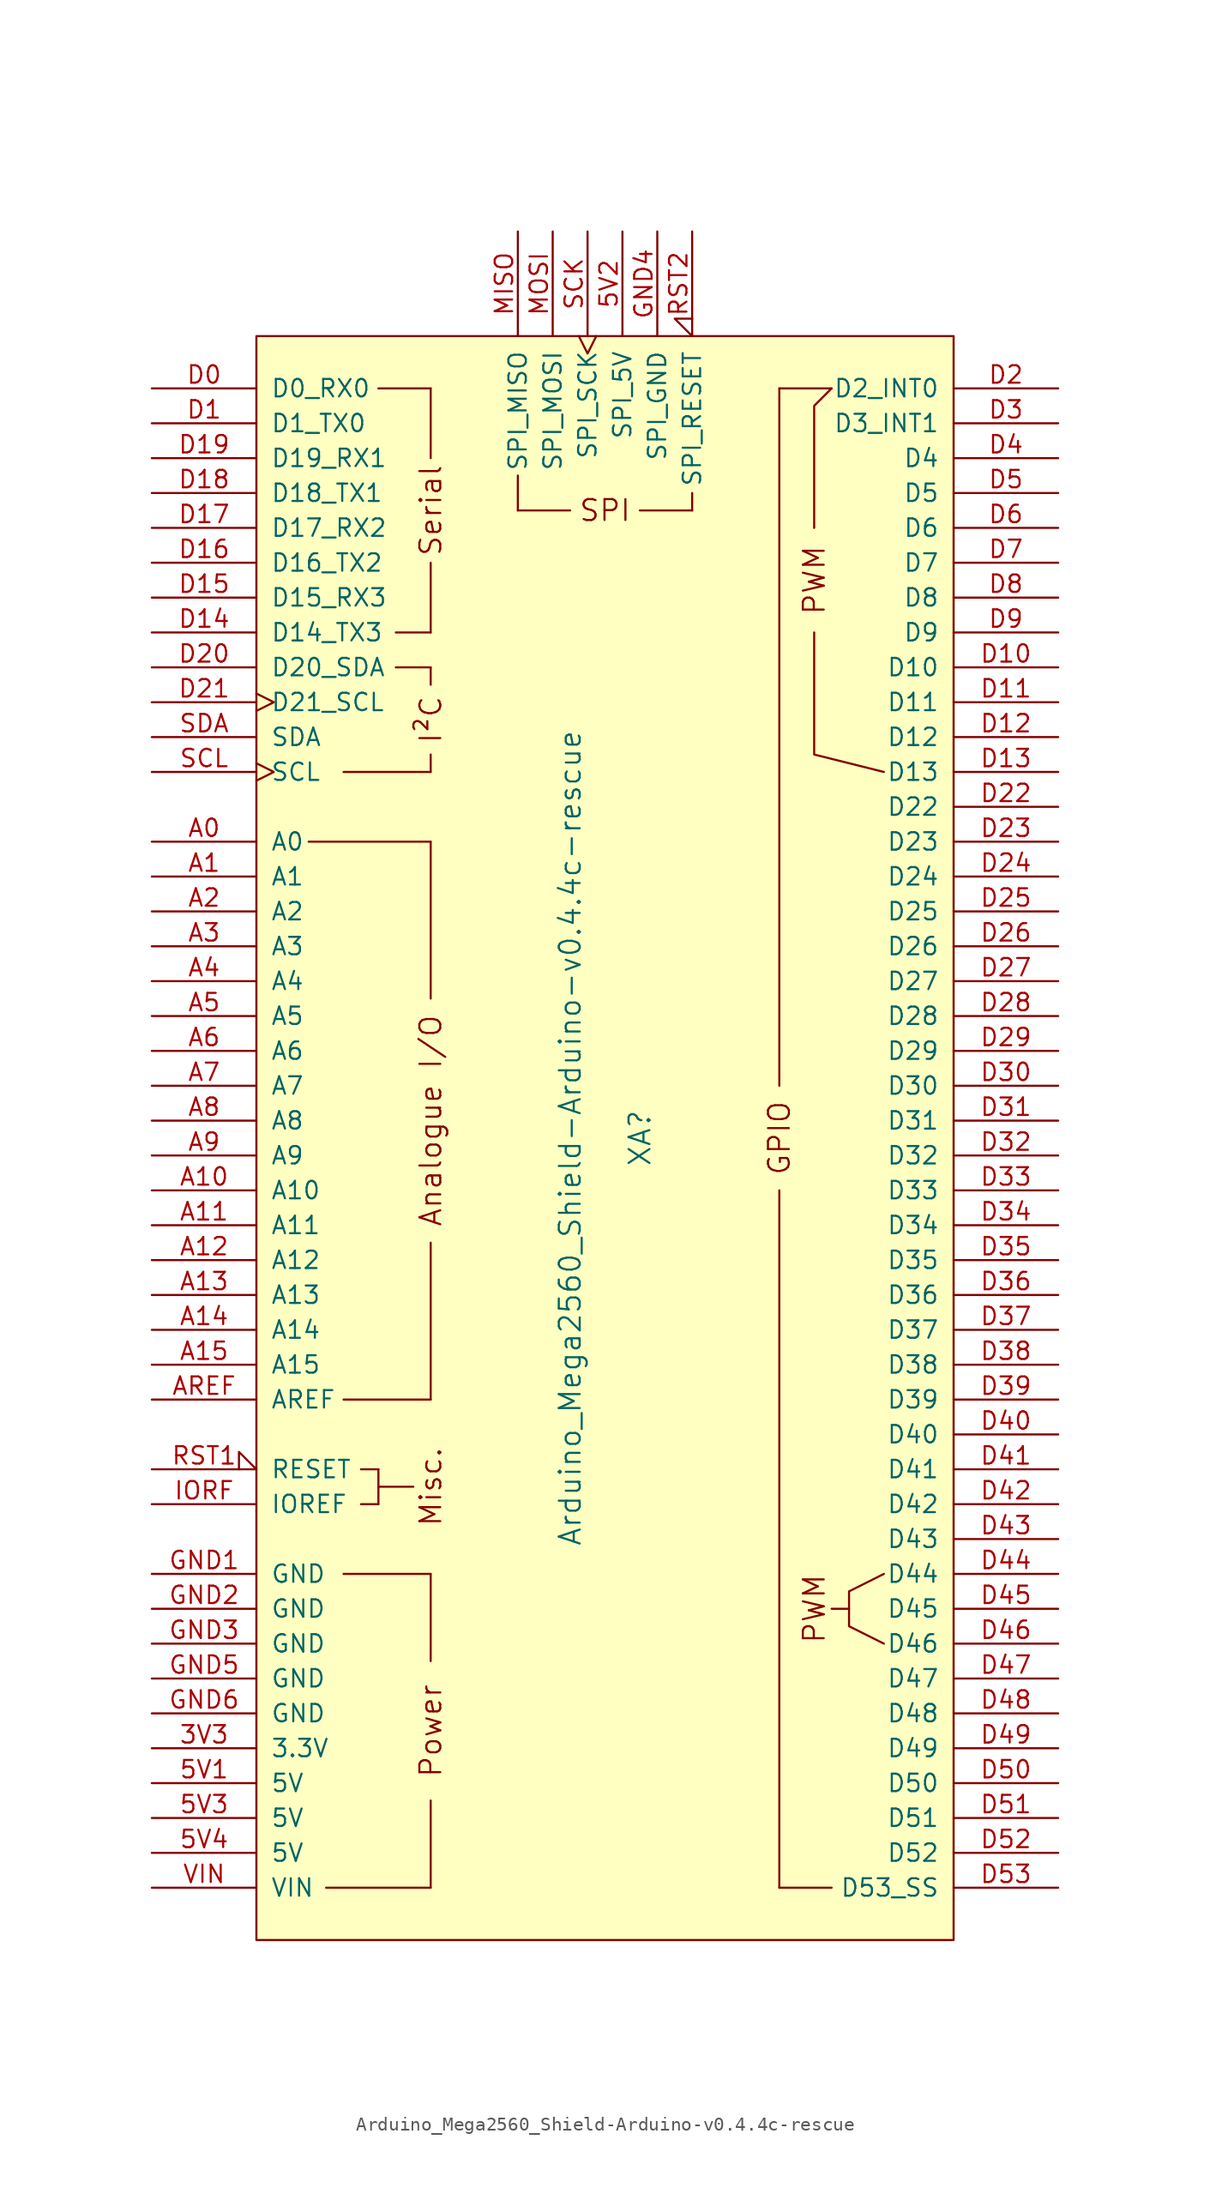
<source format=kicad_sym>
(kicad_symbol_lib
  (version 20231120)
  (generator "kicad_symbol_editor")
  (generator_version "8.0")
  (symbol "Arduino_Mega2560_Shield-Arduino-v0.4.4c-rescue"
    (pin_names
      (offset 1.016))
    (property "Reference" "XA"
      (at 2.54 0 90)
      (effects (font (size 1.524 1.524))))
    (property "Value" "Arduino_Mega2560_Shield-Arduino-v0.4.4c-rescue"
      (at -2.54 0 90)
      (effects (font (size 1.524 1.524))))
    (symbol "Arduino_Mega2560_Shield-Arduino-v0.4.4c-rescue_0_0"
      (rectangle (start -25.4 -58.42) (end 25.4 58.42) (stroke (width 0) (type solid)) (fill (type background)))
      (rectangle (start -20.32 -54.61) (end -12.7 -54.61) (stroke (width 0) (type solid)) (fill (type none)))
      (rectangle (start -19.05 -31.75) (end -12.7 -31.75) (stroke (width 0) (type solid)) (fill (type none)))
      (rectangle (start -19.05 -19.05) (end -12.7 -19.05) (stroke (width 0) (type solid)) (fill (type none)))
      (rectangle (start -19.05 26.67) (end -12.7 26.67) (stroke (width 0) (type solid)) (fill (type none)))
      (rectangle (start -17.78 -26.67) (end -16.51 -26.67) (stroke (width 0) (type solid)) (fill (type none)))
      (rectangle (start -17.78 -24.13) (end -16.51 -24.13) (stroke (width 0) (type solid)) (fill (type none)))
      (rectangle (start -16.51 -25.4) (end -13.97 -25.4) (stroke (width 0) (type solid)) (fill (type none)))
      (rectangle (start -16.51 -24.13) (end -16.51 -26.67) (stroke (width 0) (type solid)) (fill (type none)))
      (rectangle (start -16.51 54.61) (end -12.7 54.61) (stroke (width 0) (type solid)) (fill (type none)))
      (rectangle (start -15.24 34.29) (end -12.7 34.29) (stroke (width 0) (type solid)) (fill (type none)))
      (rectangle (start -15.24 36.83) (end -12.7 36.83) (stroke (width 0) (type solid)) (fill (type none)))
      (rectangle (start -12.7 -54.61) (end -12.7 -48.26) (stroke (width 0) (type solid)) (fill (type none)))
      (rectangle (start -12.7 -31.75) (end -12.7 -38.1) (stroke (width 0) (type solid)) (fill (type none)))
      (rectangle (start -12.7 26.67) (end -12.7 27.94) (stroke (width 0) (type solid)) (fill (type none)))
      (rectangle (start -12.7 34.29) (end -12.7 33.02) (stroke (width 0) (type solid)) (fill (type none)))
      (rectangle (start -12.7 41.91) (end -12.7 36.83) (stroke (width 0) (type solid)) (fill (type none)))
      (rectangle (start -12.7 49.53) (end -12.7 54.61) (stroke (width 0) (type solid)) (fill (type none)))
      (rectangle (start -6.35 48.26) (end -6.35 45.72) (stroke (width 0) (type solid)) (fill (type none)))
      (rectangle (start -2.54 45.72) (end -6.35 45.72) (stroke (width 0) (type solid)) (fill (type none)))
      (polyline (pts (xy -21.59 21.59) (xy -12.7 21.59)) (stroke (width 0) (type solid)) (fill (type none)))
      (polyline (pts (xy -12.7 -19.05) (xy -12.7 -7.62)) (stroke (width 0) (type solid)) (fill (type none)))
      (polyline (pts (xy -12.7 10.16) (xy -12.7 21.59)) (stroke (width 0) (type solid)) (fill (type none)))
      (polyline (pts (xy 12.7 -54.61) (xy 16.51 -54.61)) (stroke (width 0) (type solid)) (fill (type none)))
      (polyline (pts (xy 12.7 54.61) (xy 16.51 54.61)) (stroke (width 0) (type solid)) (fill (type none)))
      (polyline (pts (xy 17.78 -34.29) (xy 16.51 -34.29)) (stroke (width 0) (type solid)) (fill (type none)))
      (polyline (pts (xy 15.24 36.83) (xy 15.24 27.94) (xy 20.32 26.67)) (stroke (width 0) (type solid)) (fill (type none)))
      (polyline (pts (xy 15.24 44.45) (xy 15.24 53.34) (xy 16.51 54.61)) (stroke (width 0) (type solid)) (fill (type none)))
      (polyline (pts (xy 20.32 -31.75) (xy 17.78 -33.02) (xy 17.78 -35.56) (xy 20.32 -36.83)) (stroke (width 0) (type solid)) (fill (type none)))
      (rectangle (start 6.35 45.72) (end 2.54 45.72) (stroke (width 0) (type solid)) (fill (type none)))
      (rectangle (start 6.35 46.99) (end 6.35 45.72) (stroke (width 0) (type solid)) (fill (type none)))
      (text "Analogue I/O" (at -12.7 1.27 900) (effects (font (size 1.524 1.524))))
      (text "I²C" (at -12.7 30.48 900) (effects (font (size 1.524 1.524))))
      (text "Misc." (at -12.7 -25.4 900) (effects (font (size 1.524 1.524))))
      (text "Power" (at -12.7 -43.18 900) (effects (font (size 1.524 1.524))))
      (text "PWM" (at 15.24 -34.29 900) (effects (font (size 1.524 1.524))))
      (text "PWM" (at 15.24 40.64 900) (effects (font (size 1.524 1.524))))
      (text "Serial" (at -12.7 45.72 900) (effects (font (size 1.524 1.524))))
      (text "SPI" (at 0 45.72 0) (effects (font (size 1.524 1.524)))))
    (symbol "Arduino_Mega2560_Shield-Arduino-v0.4.4c-rescue_1_0"
      (rectangle (start 12.7 -54.61) (end 12.7 -3.81) (stroke (width 0) (type solid)) (fill (type none)))
      (rectangle (start 12.7 54.61) (end 12.7 3.81) (stroke (width 0) (type solid)) (fill (type none)))
      (text "GPIO" (at 12.7 0 900) (effects (font (size 1.524 1.524)))))
    (symbol "Arduino_Mega2560_Shield-Arduino-v0.4.4c-rescue_1_1"
      (pin power_in line (at -33.02 -44.45 0) (length 7.62) (name "3.3V" (effects (font (size 1.27 1.27)))) (number "3V3" (effects (font (size 1.27 1.27)))))
      (pin power_in line (at -33.02 -46.99 0) (length 7.62) (name "5V" (effects (font (size 1.27 1.27)))) (number "5V1" (effects (font (size 1.27 1.27)))))
      (pin power_in line (at 1.27 66.04 270) (length 7.62) (name "SPI_5V" (effects (font (size 1.27 1.27)))) (number "5V2" (effects (font (size 1.27 1.27)))))
      (pin power_in line (at -33.02 -49.53 0) (length 7.62) (name "5V" (effects (font (size 1.27 1.27)))) (number "5V3" (effects (font (size 1.27 1.27)))))
      (pin power_in line (at -33.02 -52.07 0) (length 7.62) (name "5V" (effects (font (size 1.27 1.27)))) (number "5V4" (effects (font (size 1.27 1.27)))))
      (pin bidirectional line (at -33.02 21.59 0) (length 7.62) (name "A0" (effects (font (size 1.27 1.27)))) (number "A0" (effects (font (size 1.27 1.27)))))
      (pin bidirectional line (at -33.02 19.05 0) (length 7.62) (name "A1" (effects (font (size 1.27 1.27)))) (number "A1" (effects (font (size 1.27 1.27)))))
      (pin bidirectional line (at -33.02 -3.81 0) (length 7.62) (name "A10" (effects (font (size 1.27 1.27)))) (number "A10" (effects (font (size 1.27 1.27)))))
      (pin bidirectional line (at -33.02 -6.35 0) (length 7.62) (name "A11" (effects (font (size 1.27 1.27)))) (number "A11" (effects (font (size 1.27 1.27)))))
      (pin bidirectional line (at -33.02 -8.89 0) (length 7.62) (name "A12" (effects (font (size 1.27 1.27)))) (number "A12" (effects (font (size 1.27 1.27)))))
      (pin bidirectional line (at -33.02 -11.43 0) (length 7.62) (name "A13" (effects (font (size 1.27 1.27)))) (number "A13" (effects (font (size 1.27 1.27)))))
      (pin bidirectional line (at -33.02 -13.97 0) (length 7.62) (name "A14" (effects (font (size 1.27 1.27)))) (number "A14" (effects (font (size 1.27 1.27)))))
      (pin bidirectional line (at -33.02 -16.51 0) (length 7.62) (name "A15" (effects (font (size 1.27 1.27)))) (number "A15" (effects (font (size 1.27 1.27)))))
      (pin bidirectional line (at -33.02 16.51 0) (length 7.62) (name "A2" (effects (font (size 1.27 1.27)))) (number "A2" (effects (font (size 1.27 1.27)))))
      (pin bidirectional line (at -33.02 13.97 0) (length 7.62) (name "A3" (effects (font (size 1.27 1.27)))) (number "A3" (effects (font (size 1.27 1.27)))))
      (pin bidirectional line (at -33.02 11.43 0) (length 7.62) (name "A4" (effects (font (size 1.27 1.27)))) (number "A4" (effects (font (size 1.27 1.27)))))
      (pin bidirectional line (at -33.02 8.89 0) (length 7.62) (name "A5" (effects (font (size 1.27 1.27)))) (number "A5" (effects (font (size 1.27 1.27)))))
      (pin bidirectional line (at -33.02 6.35 0) (length 7.62) (name "A6" (effects (font (size 1.27 1.27)))) (number "A6" (effects (font (size 1.27 1.27)))))
      (pin bidirectional line (at -33.02 3.81 0) (length 7.62) (name "A7" (effects (font (size 1.27 1.27)))) (number "A7" (effects (font (size 1.27 1.27)))))
      (pin bidirectional line (at -33.02 1.27 0) (length 7.62) (name "A8" (effects (font (size 1.27 1.27)))) (number "A8" (effects (font (size 1.27 1.27)))))
      (pin bidirectional line (at -33.02 -1.27 0) (length 7.62) (name "A9" (effects (font (size 1.27 1.27)))) (number "A9" (effects (font (size 1.27 1.27)))))
      (pin input line (at -33.02 -19.05 0) (length 7.62) (name "AREF" (effects (font (size 1.27 1.27)))) (number "AREF" (effects (font (size 1.27 1.27)))))
      (pin bidirectional line (at -33.02 54.61 0) (length 7.62) (name "D0_RX0" (effects (font (size 1.27 1.27)))) (number "D0" (effects (font (size 1.27 1.27)))))
      (pin bidirectional line (at -33.02 52.07 0) (length 7.62) (name "D1_TX0" (effects (font (size 1.27 1.27)))) (number "D1" (effects (font (size 1.27 1.27)))))
      (pin bidirectional line (at 33.02 34.29 180) (length 7.62) (name "D10" (effects (font (size 1.27 1.27)))) (number "D10" (effects (font (size 1.27 1.27)))))
      (pin bidirectional line (at 33.02 31.75 180) (length 7.62) (name "D11" (effects (font (size 1.27 1.27)))) (number "D11" (effects (font (size 1.27 1.27)))))
      (pin bidirectional line (at 33.02 29.21 180) (length 7.62) (name "D12" (effects (font (size 1.27 1.27)))) (number "D12" (effects (font (size 1.27 1.27)))))
      (pin bidirectional line (at 33.02 26.67 180) (length 7.62) (name "D13" (effects (font (size 1.27 1.27)))) (number "D13" (effects (font (size 1.27 1.27)))))
      (pin bidirectional line (at -33.02 36.83 0) (length 7.62) (name "D14_TX3" (effects (font (size 1.27 1.27)))) (number "D14" (effects (font (size 1.27 1.27)))))
      (pin bidirectional line (at -33.02 39.37 0) (length 7.62) (name "D15_RX3" (effects (font (size 1.27 1.27)))) (number "D15" (effects (font (size 1.27 1.27)))))
      (pin bidirectional line (at -33.02 41.91 0) (length 7.62) (name "D16_TX2" (effects (font (size 1.27 1.27)))) (number "D16" (effects (font (size 1.27 1.27)))))
      (pin bidirectional line (at -33.02 44.45 0) (length 7.62) (name "D17_RX2" (effects (font (size 1.27 1.27)))) (number "D17" (effects (font (size 1.27 1.27)))))
      (pin bidirectional line (at -33.02 46.99 0) (length 7.62) (name "D18_TX1" (effects (font (size 1.27 1.27)))) (number "D18" (effects (font (size 1.27 1.27)))))
      (pin bidirectional line (at -33.02 49.53 0) (length 7.62) (name "D19_RX1" (effects (font (size 1.27 1.27)))) (number "D19" (effects (font (size 1.27 1.27)))))
      (pin bidirectional line (at 33.02 54.61 180) (length 7.62) (name "D2_INT0" (effects (font (size 1.27 1.27)))) (number "D2" (effects (font (size 1.27 1.27)))))
      (pin bidirectional line (at -33.02 34.29 0) (length 7.62) (name "D20_SDA" (effects (font (size 1.27 1.27)))) (number "D20" (effects (font (size 1.27 1.27)))))
      (pin bidirectional clock (at -33.02 31.75 0) (length 7.62) (name "D21_SCL" (effects (font (size 1.27 1.27)))) (number "D21" (effects (font (size 1.27 1.27)))))
      (pin bidirectional line (at 33.02 24.13 180) (length 7.62) (name "D22" (effects (font (size 1.27 1.27)))) (number "D22" (effects (font (size 1.27 1.27)))))
      (pin bidirectional line (at 33.02 21.59 180) (length 7.62) (name "D23" (effects (font (size 1.27 1.27)))) (number "D23" (effects (font (size 1.27 1.27)))))
      (pin bidirectional line (at 33.02 19.05 180) (length 7.62) (name "D24" (effects (font (size 1.27 1.27)))) (number "D24" (effects (font (size 1.27 1.27)))))
      (pin bidirectional line (at 33.02 16.51 180) (length 7.62) (name "D25" (effects (font (size 1.27 1.27)))) (number "D25" (effects (font (size 1.27 1.27)))))
      (pin bidirectional line (at 33.02 13.97 180) (length 7.62) (name "D26" (effects (font (size 1.27 1.27)))) (number "D26" (effects (font (size 1.27 1.27)))))
      (pin bidirectional line (at 33.02 11.43 180) (length 7.62) (name "D27" (effects (font (size 1.27 1.27)))) (number "D27" (effects (font (size 1.27 1.27)))))
      (pin bidirectional line (at 33.02 8.89 180) (length 7.62) (name "D28" (effects (font (size 1.27 1.27)))) (number "D28" (effects (font (size 1.27 1.27)))))
      (pin bidirectional line (at 33.02 6.35 180) (length 7.62) (name "D29" (effects (font (size 1.27 1.27)))) (number "D29" (effects (font (size 1.27 1.27)))))
      (pin bidirectional line (at 33.02 52.07 180) (length 7.62) (name "D3_INT1" (effects (font (size 1.27 1.27)))) (number "D3" (effects (font (size 1.27 1.27)))))
      (pin bidirectional line (at 33.02 3.81 180) (length 7.62) (name "D30" (effects (font (size 1.27 1.27)))) (number "D30" (effects (font (size 1.27 1.27)))))
      (pin bidirectional line (at 33.02 1.27 180) (length 7.62) (name "D31" (effects (font (size 1.27 1.27)))) (number "D31" (effects (font (size 1.27 1.27)))))
      (pin bidirectional line (at 33.02 -1.27 180) (length 7.62) (name "D32" (effects (font (size 1.27 1.27)))) (number "D32" (effects (font (size 1.27 1.27)))))
      (pin bidirectional line (at 33.02 -3.81 180) (length 7.62) (name "D33" (effects (font (size 1.27 1.27)))) (number "D33" (effects (font (size 1.27 1.27)))))
      (pin bidirectional line (at 33.02 -6.35 180) (length 7.62) (name "D34" (effects (font (size 1.27 1.27)))) (number "D34" (effects (font (size 1.27 1.27)))))
      (pin bidirectional line (at 33.02 -8.89 180) (length 7.62) (name "D35" (effects (font (size 1.27 1.27)))) (number "D35" (effects (font (size 1.27 1.27)))))
      (pin bidirectional line (at 33.02 -11.43 180) (length 7.62) (name "D36" (effects (font (size 1.27 1.27)))) (number "D36" (effects (font (size 1.27 1.27)))))
      (pin bidirectional line (at 33.02 -13.97 180) (length 7.62) (name "D37" (effects (font (size 1.27 1.27)))) (number "D37" (effects (font (size 1.27 1.27)))))
      (pin bidirectional line (at 33.02 -16.51 180) (length 7.62) (name "D38" (effects (font (size 1.27 1.27)))) (number "D38" (effects (font (size 1.27 1.27)))))
      (pin bidirectional line (at 33.02 -19.05 180) (length 7.62) (name "D39" (effects (font (size 1.27 1.27)))) (number "D39" (effects (font (size 1.27 1.27)))))
      (pin bidirectional line (at 33.02 49.53 180) (length 7.62) (name "D4" (effects (font (size 1.27 1.27)))) (number "D4" (effects (font (size 1.27 1.27)))))
      (pin bidirectional line (at 33.02 -21.59 180) (length 7.62) (name "D40" (effects (font (size 1.27 1.27)))) (number "D40" (effects (font (size 1.27 1.27)))))
      (pin bidirectional line (at 33.02 -24.13 180) (length 7.62) (name "D41" (effects (font (size 1.27 1.27)))) (number "D41" (effects (font (size 1.27 1.27)))))
      (pin bidirectional line (at 33.02 -26.67 180) (length 7.62) (name "D42" (effects (font (size 1.27 1.27)))) (number "D42" (effects (font (size 1.27 1.27)))))
      (pin bidirectional line (at 33.02 -29.21 180) (length 7.62) (name "D43" (effects (font (size 1.27 1.27)))) (number "D43" (effects (font (size 1.27 1.27)))))
      (pin bidirectional line (at 33.02 -31.75 180) (length 7.62) (name "D44" (effects (font (size 1.27 1.27)))) (number "D44" (effects (font (size 1.27 1.27)))))
      (pin bidirectional line (at 33.02 -34.29 180) (length 7.62) (name "D45" (effects (font (size 1.27 1.27)))) (number "D45" (effects (font (size 1.27 1.27)))))
      (pin bidirectional line (at 33.02 -36.83 180) (length 7.62) (name "D46" (effects (font (size 1.27 1.27)))) (number "D46" (effects (font (size 1.27 1.27)))))
      (pin bidirectional line (at 33.02 -39.37 180) (length 7.62) (name "D47" (effects (font (size 1.27 1.27)))) (number "D47" (effects (font (size 1.27 1.27)))))
      (pin bidirectional line (at 33.02 -41.91 180) (length 7.62) (name "D48" (effects (font (size 1.27 1.27)))) (number "D48" (effects (font (size 1.27 1.27)))))
      (pin bidirectional line (at 33.02 -44.45 180) (length 7.62) (name "D49" (effects (font (size 1.27 1.27)))) (number "D49" (effects (font (size 1.27 1.27)))))
      (pin bidirectional line (at 33.02 46.99 180) (length 7.62) (name "D5" (effects (font (size 1.27 1.27)))) (number "D5" (effects (font (size 1.27 1.27)))))
      (pin bidirectional line (at 33.02 -46.99 180) (length 7.62) (name "D50" (effects (font (size 1.27 1.27)))) (number "D50" (effects (font (size 1.27 1.27)))))
      (pin bidirectional line (at 33.02 -49.53 180) (length 7.62) (name "D51" (effects (font (size 1.27 1.27)))) (number "D51" (effects (font (size 1.27 1.27)))))
      (pin bidirectional line (at 33.02 -52.07 180) (length 7.62) (name "D52" (effects (font (size 1.27 1.27)))) (number "D52" (effects (font (size 1.27 1.27)))))
      (pin bidirectional line (at 33.02 -54.61 180) (length 7.62) (name "D53_SS" (effects (font (size 1.27 1.27)))) (number "D53" (effects (font (size 1.27 1.27)))))
      (pin bidirectional line (at 33.02 44.45 180) (length 7.62) (name "D6" (effects (font (size 1.27 1.27)))) (number "D6" (effects (font (size 1.27 1.27)))))
      (pin bidirectional line (at 33.02 41.91 180) (length 7.62) (name "D7" (effects (font (size 1.27 1.27)))) (number "D7" (effects (font (size 1.27 1.27)))))
      (pin bidirectional line (at 33.02 39.37 180) (length 7.62) (name "D8" (effects (font (size 1.27 1.27)))) (number "D8" (effects (font (size 1.27 1.27)))))
      (pin bidirectional line (at 33.02 36.83 180) (length 7.62) (name "D9" (effects (font (size 1.27 1.27)))) (number "D9" (effects (font (size 1.27 1.27)))))
      (pin power_in line (at -33.02 -31.75 0) (length 7.62) (name "GND" (effects (font (size 1.27 1.27)))) (number "GND1" (effects (font (size 1.27 1.27)))))
      (pin power_in line (at -33.02 -34.29 0) (length 7.62) (name "GND" (effects (font (size 1.27 1.27)))) (number "GND2" (effects (font (size 1.27 1.27)))))
      (pin power_in line (at -33.02 -36.83 0) (length 7.62) (name "GND" (effects (font (size 1.27 1.27)))) (number "GND3" (effects (font (size 1.27 1.27)))))
      (pin power_in line (at 3.81 66.04 270) (length 7.62) (name "SPI_GND" (effects (font (size 1.27 1.27)))) (number "GND4" (effects (font (size 1.27 1.27)))))
      (pin power_in line (at -33.02 -39.37 0) (length 7.62) (name "GND" (effects (font (size 1.27 1.27)))) (number "GND5" (effects (font (size 1.27 1.27)))))
      (pin power_in line (at -33.02 -41.91 0) (length 7.62) (name "GND" (effects (font (size 1.27 1.27)))) (number "GND6" (effects (font (size 1.27 1.27)))))
      (pin output line (at -33.02 -26.67 0) (length 7.62) (name "IOREF" (effects (font (size 1.27 1.27)))) (number "IORF" (effects (font (size 1.27 1.27)))))
      (pin input line (at -6.35 66.04 270) (length 7.62) (name "SPI_MISO" (effects (font (size 1.27 1.27)))) (number "MISO" (effects (font (size 1.27 1.27)))))
      (pin output line (at -3.81 66.04 270) (length 7.62) (name "SPI_MOSI" (effects (font (size 1.27 1.27)))) (number "MOSI" (effects (font (size 1.27 1.27)))))
      (pin open_collector input_low (at -33.02 -24.13 0) (length 7.62) (name "RESET" (effects (font (size 1.27 1.27)))) (number "RST1" (effects (font (size 1.27 1.27)))))
      (pin open_collector input_low (at 6.35 66.04 270) (length 7.62) (name "SPI_RESET" (effects (font (size 1.27 1.27)))) (number "RST2" (effects (font (size 1.27 1.27)))))
      (pin output clock (at -1.27 66.04 270) (length 7.62) (name "SPI_SCK" (effects (font (size 1.27 1.27)))) (number "SCK" (effects (font (size 1.27 1.27)))))
      (pin bidirectional clock (at -33.02 26.67 0) (length 7.62) (name "SCL" (effects (font (size 1.27 1.27)))) (number "SCL" (effects (font (size 1.27 1.27)))))
      (pin bidirectional line (at -33.02 29.21 0) (length 7.62) (name "SDA" (effects (font (size 1.27 1.27)))) (number "SDA" (effects (font (size 1.27 1.27)))))
      (pin power_in line (at -33.02 -54.61 0) (length 7.62) (name "VIN" (effects (font (size 1.27 1.27)))) (number "VIN" (effects (font (size 1.27 1.27))))))))
</source>
